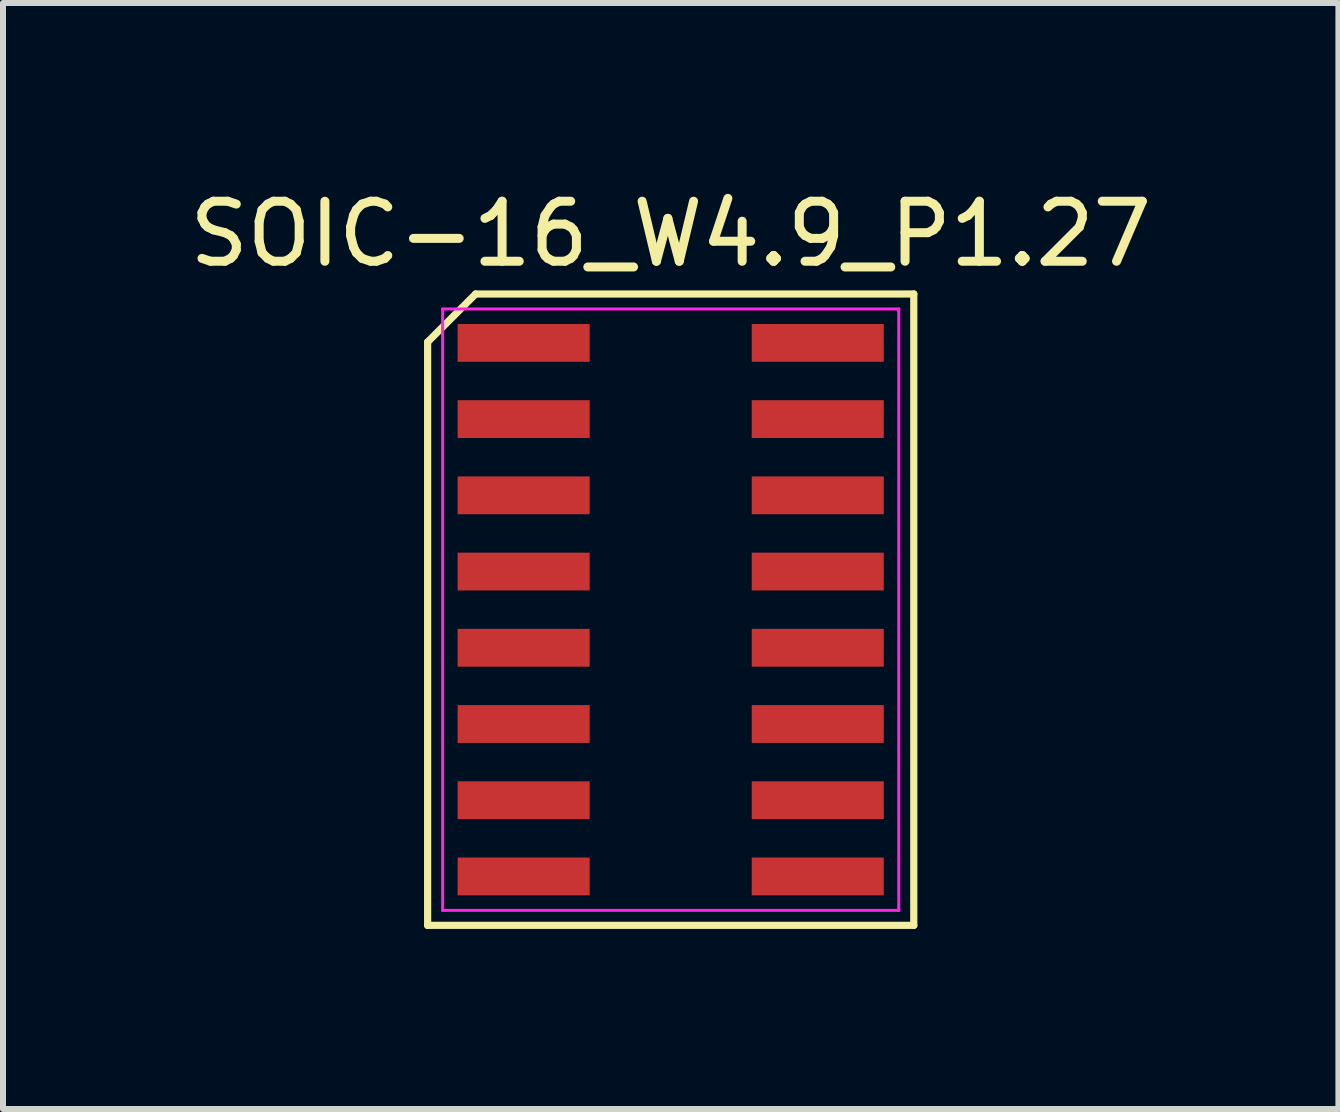
<source format=kicad_pcb>
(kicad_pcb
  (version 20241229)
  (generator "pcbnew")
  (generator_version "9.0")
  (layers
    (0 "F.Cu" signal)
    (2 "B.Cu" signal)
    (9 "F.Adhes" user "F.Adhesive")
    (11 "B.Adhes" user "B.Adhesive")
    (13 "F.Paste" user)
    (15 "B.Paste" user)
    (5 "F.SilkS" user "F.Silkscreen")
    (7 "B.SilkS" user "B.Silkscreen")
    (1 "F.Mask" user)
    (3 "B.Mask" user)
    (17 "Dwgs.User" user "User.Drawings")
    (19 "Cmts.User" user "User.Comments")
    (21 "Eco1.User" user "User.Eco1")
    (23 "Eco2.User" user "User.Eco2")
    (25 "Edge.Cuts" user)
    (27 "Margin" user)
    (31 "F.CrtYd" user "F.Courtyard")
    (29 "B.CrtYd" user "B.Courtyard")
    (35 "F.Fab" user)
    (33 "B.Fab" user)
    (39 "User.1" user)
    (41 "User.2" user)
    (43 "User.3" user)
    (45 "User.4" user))
  (footprint "SOIC-16_W4.9_P1.27"
    (layer "F.Cu")
    (at 8.125 7.108)
    (property "Reference" "SOIC-16_W4.9_P1.27" (at 0 -6.26 0) (layer "F.SilkS") (effects (font (size 1 1) (thickness 0.15))))
    (attr smd)
    (fp_line (start -4.05 -4.46) (end -3.25 -5.26) (stroke (width 0.12) (type solid)) (layer "F.SilkS"))
    (fp_line (start -4.05 5.26) (end -4.05 -4.46) (stroke (width 0.12) (type solid)) (layer "F.SilkS"))
    (fp_line (start -3.25 -5.26) (end 4.05 -5.26) (stroke (width 0.12) (type solid)) (layer "F.SilkS"))
    (fp_line (start 4.05 -5.26) (end 4.05 5.26) (stroke (width 0.12) (type solid)) (layer "F.SilkS"))
    (fp_line (start 4.05 5.26) (end -4.05 5.26) (stroke (width 0.12) (type solid)) (layer "F.SilkS"))
    (fp_line (start -3.8 -5.01) (end 3.8 -5.01) (stroke (width 0.05) (type solid)) (layer "F.CrtYd"))
    (fp_line (start -3.8 5.01) (end -3.8 -5.01) (stroke (width 0.05) (type solid)) (layer "F.CrtYd"))
    (fp_line (start 3.8 -5.01) (end 3.8 5.01) (stroke (width 0.05) (type solid)) (layer "F.CrtYd"))
    (fp_line (start 3.8 5.01) (end -3.8 5.01) (stroke (width 0.05) (type solid)) (layer "F.CrtYd"))
    (pad "1" smd rect (at -2.45 -4.445 270) (size 0.63 2.2) (layers "F.Cu" "F.Mask" "F.Paste"))
    (pad "2" smd rect (at -2.45 -3.175 270) (size 0.63 2.2) (layers "F.Cu" "F.Mask" "F.Paste"))
    (pad "3" smd rect (at -2.45 -1.905 270) (size 0.63 2.2) (layers "F.Cu" "F.Mask" "F.Paste"))
    (pad "4" smd rect (at -2.45 -0.635 270) (size 0.63 2.2) (layers "F.Cu" "F.Mask" "F.Paste"))
    (pad "5" smd rect (at -2.45 0.635 270) (size 0.63 2.2) (layers "F.Cu" "F.Mask" "F.Paste"))
    (pad "6" smd rect (at -2.45 1.905 270) (size 0.63 2.2) (layers "F.Cu" "F.Mask" "F.Paste"))
    (pad "7" smd rect (at -2.45 3.175 270) (size 0.63 2.2) (layers "F.Cu" "F.Mask" "F.Paste"))
    (pad "8" smd rect (at -2.45 4.445 270) (size 0.63 2.2) (layers "F.Cu" "F.Mask" "F.Paste"))
    (pad "9" smd rect (at 2.45 4.445 270) (size 0.63 2.2) (layers "F.Cu" "F.Mask" "F.Paste"))
    (pad "10" smd rect (at 2.45 3.175 270) (size 0.63 2.2) (layers "F.Cu" "F.Mask" "F.Paste"))
    (pad "11" smd rect (at 2.45 1.905 270) (size 0.63 2.2) (layers "F.Cu" "F.Mask" "F.Paste"))
    (pad "12" smd rect (at 2.45 0.635 270) (size 0.63 2.2) (layers "F.Cu" "F.Mask" "F.Paste"))
    (pad "13" smd rect (at 2.45 -0.635 270) (size 0.63 2.2) (layers "F.Cu" "F.Mask" "F.Paste"))
    (pad "14" smd rect (at 2.45 -1.905 270) (size 0.63 2.2) (layers "F.Cu" "F.Mask" "F.Paste"))
    (pad "15" smd rect (at 2.45 -3.175 270) (size 0.63 2.2) (layers "F.Cu" "F.Mask" "F.Paste"))
    (pad "16" smd rect (at 2.45 -4.445 270) (size 0.63 2.2) (layers "F.Cu" "F.Mask" "F.Paste")))
  (gr_rect
    (start -3 -3)
    (end 19.25 15.428)
    (stroke (width 0.1) (type default))
    (fill no)
    (layer "Edge.Cuts")))
</source>
